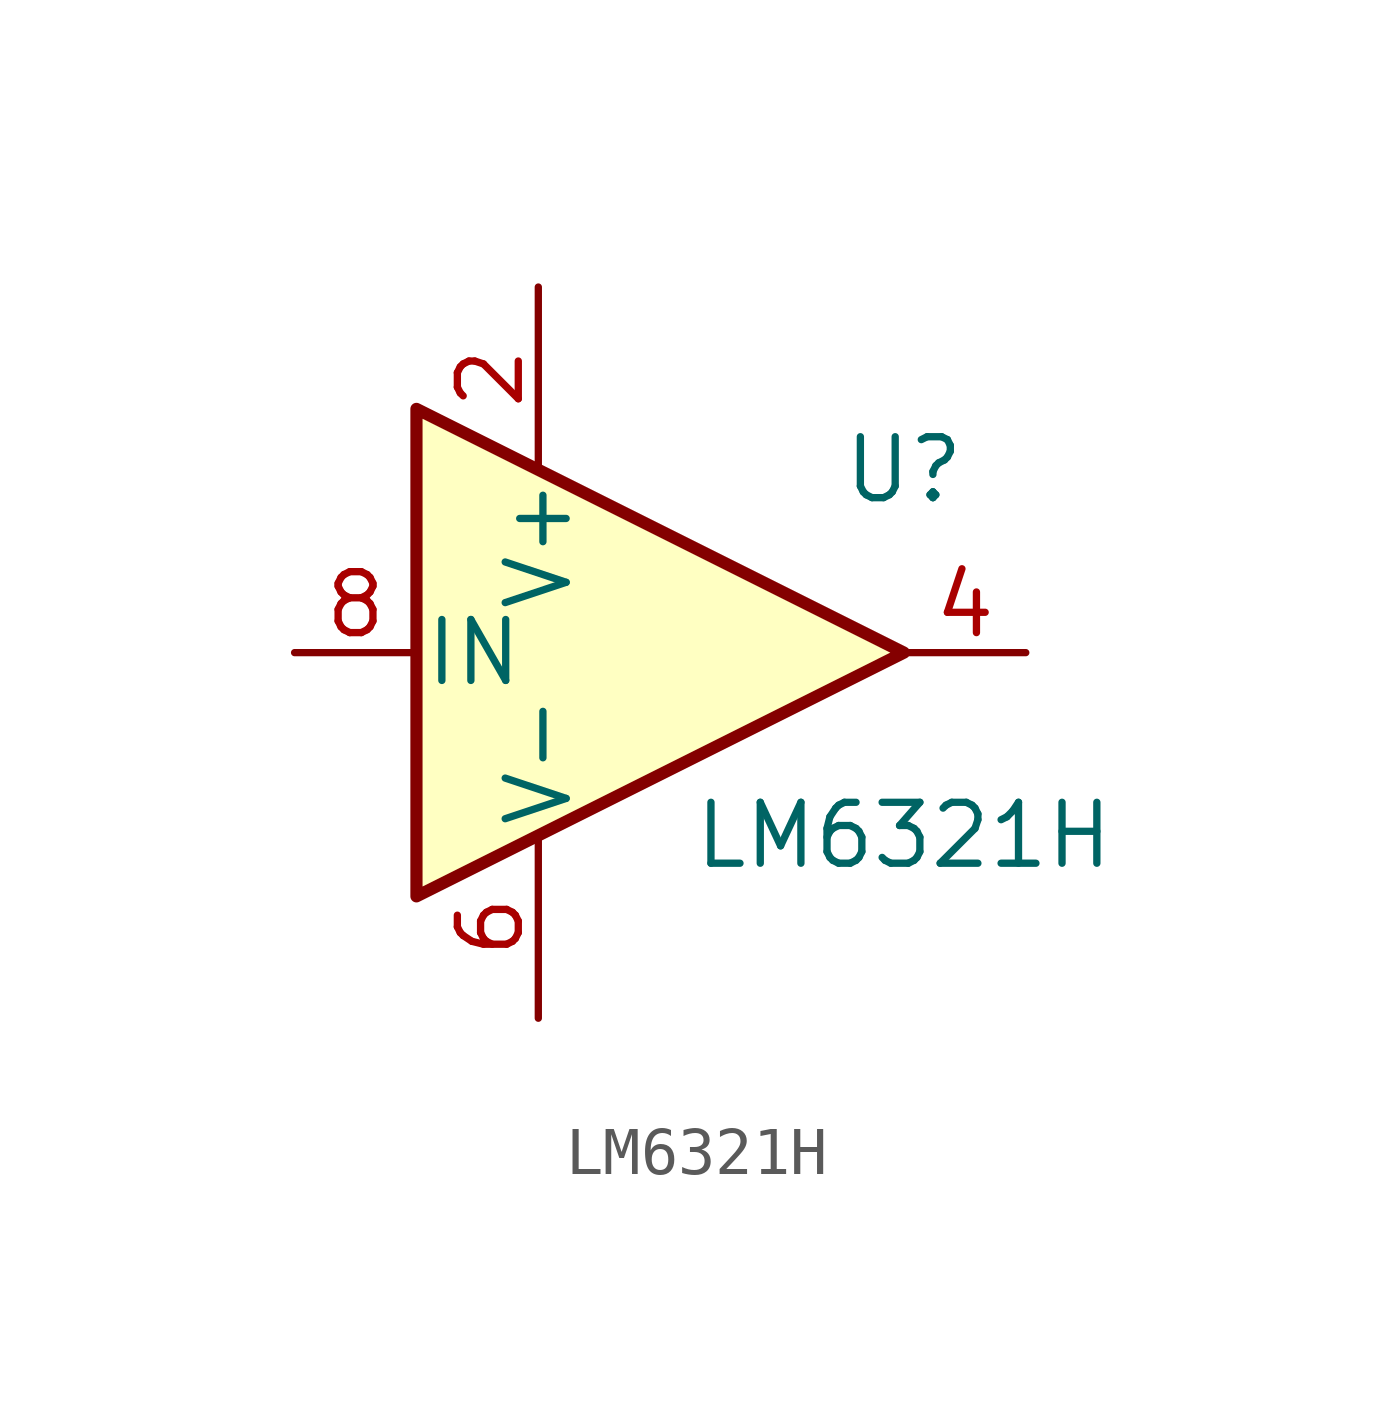
<source format=kicad_sym>
(kicad_symbol_lib
  (version 20201005)
  (generator kicad_symbol_editor)
  (symbol "LM6321H"
    (pin_names
      (offset 0.127))
    (property "Reference" "U"
      (at 5.08 3.81 0)
      (effects (font (size 1.27 1.27))))
    (property "Value" "LM6321H"
      (at 5.08 -3.81 0)
      (effects (font (size 1.27 1.27))))
    (symbol "LM6321H_0_1"
      (polyline (pts (xy 5.08 0) (xy -5.08 5.08) (xy -5.08 -5.08) (xy 5.08 0)) (stroke (width 0.254)) (fill (type background))))
    (symbol "LM6321H_1_1"
      (pin no_connect line (at -2.54 2.54 270) (length 2.54) hide (name "NC" (effects (font (size 1.27 1.27)))) (number "1" (effects (font (size 1.27 1.27)))))
      (pin power_in line (at -2.54 7.62 270) (length 3.81) (name "V+" (effects (font (size 1.27 1.27)))) (number "2" (effects (font (size 1.27 1.27)))))
      (pin no_connect line (at 0 2.54 270) (length 2.54) hide (name "NC" (effects (font (size 1.27 1.27)))) (number "3" (effects (font (size 1.27 1.27)))))
      (pin output line (at 7.62 0 180) (length 2.54) (name "~" (effects (font (size 1.27 1.27)))) (number "4" (effects (font (size 1.27 1.27)))))
      (pin no_connect line (at 0 -2.54 90) (length 2.54) hide (name "NC" (effects (font (size 1.27 1.27)))) (number "5" (effects (font (size 1.27 1.27)))))
      (pin power_in line (at -2.54 -7.62 90) (length 3.81) (name "V-" (effects (font (size 1.27 1.27)))) (number "6" (effects (font (size 1.27 1.27)))))
      (pin no_connect line (at -2.54 -2.54 90) (length 2.54) hide (name "NC" (effects (font (size 1.27 1.27)))) (number "7" (effects (font (size 1.27 1.27)))))
      (pin input line (at -7.62 0 0) (length 2.54) (name "IN" (effects (font (size 1.27 1.27)))) (number "8" (effects (font (size 1.27 1.27))))))))
</source>
